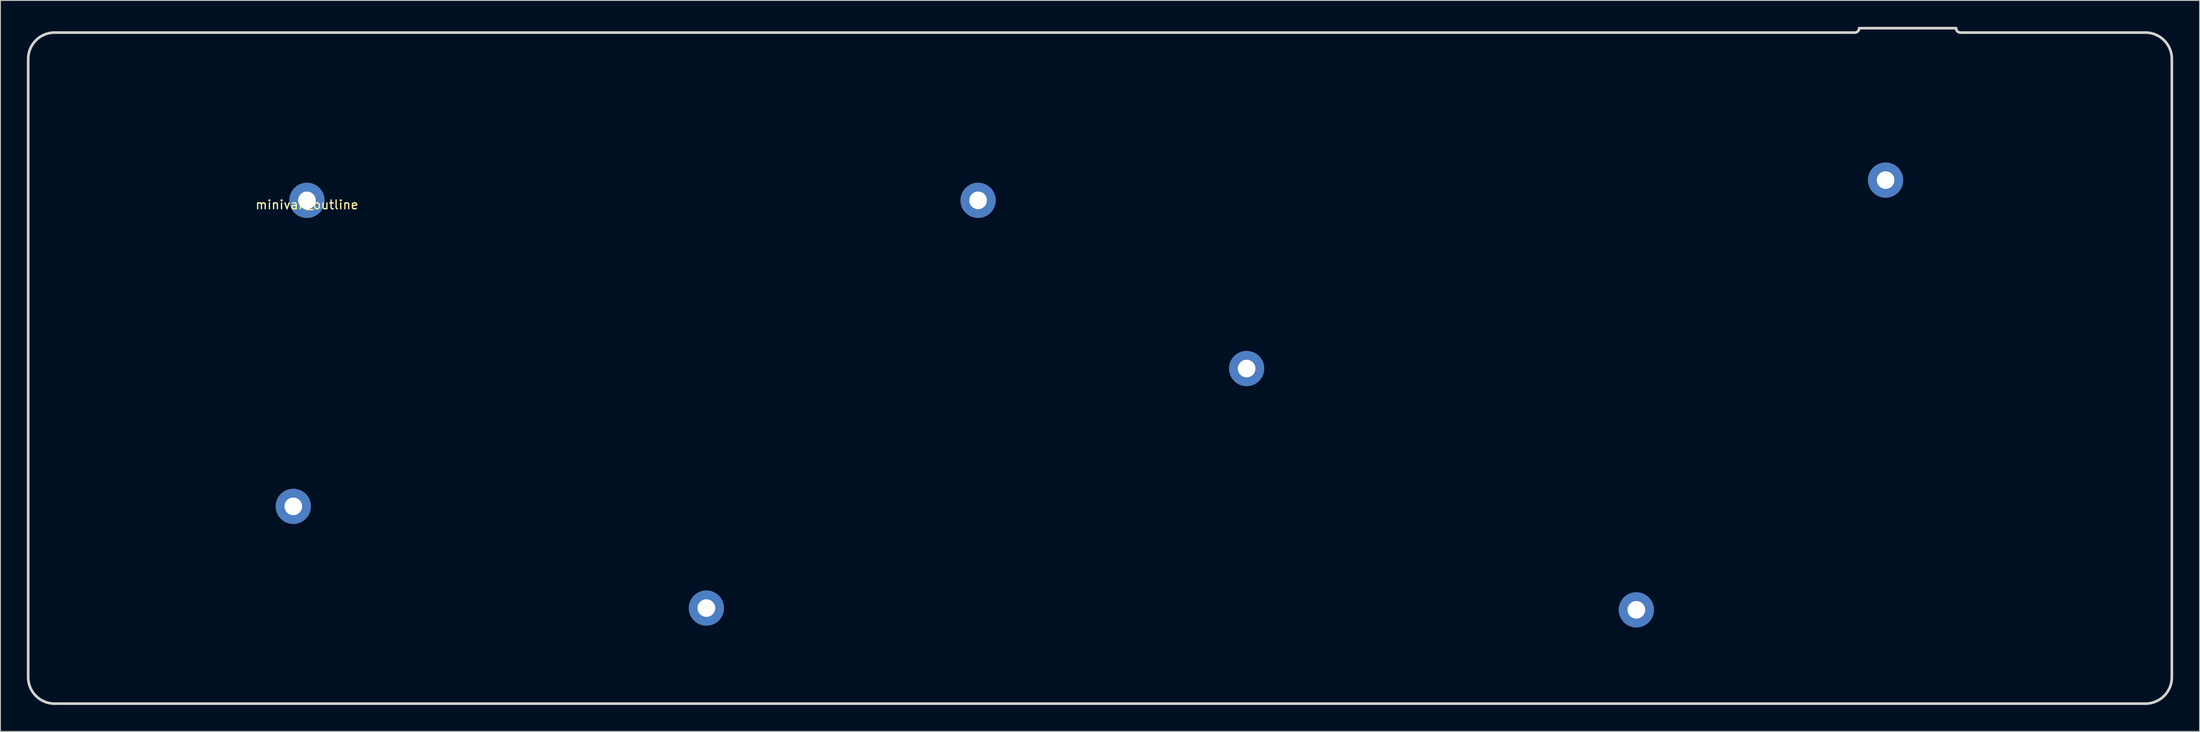
<source format=kicad_pcb>
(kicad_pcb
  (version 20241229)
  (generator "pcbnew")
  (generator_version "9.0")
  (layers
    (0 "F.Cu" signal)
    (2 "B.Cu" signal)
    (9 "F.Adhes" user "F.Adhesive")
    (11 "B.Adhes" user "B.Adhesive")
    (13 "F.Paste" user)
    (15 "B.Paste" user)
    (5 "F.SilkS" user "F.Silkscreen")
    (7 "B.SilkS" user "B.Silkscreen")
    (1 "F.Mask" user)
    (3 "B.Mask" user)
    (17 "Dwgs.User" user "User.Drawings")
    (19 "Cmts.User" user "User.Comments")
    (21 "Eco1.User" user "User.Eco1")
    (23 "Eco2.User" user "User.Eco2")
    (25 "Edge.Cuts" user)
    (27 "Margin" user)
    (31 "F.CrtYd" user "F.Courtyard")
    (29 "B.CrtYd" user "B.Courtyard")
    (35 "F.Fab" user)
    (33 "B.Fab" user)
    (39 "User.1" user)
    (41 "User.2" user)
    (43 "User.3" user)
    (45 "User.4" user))
  (footprint "minivan_outline"
    (layer "F.Cu")
    (at 31.8 19.7)
    (property "Reference" "minivan_outline" (at 0 0.5 0) (layer "F.SilkS") (effects (font (size 1 1) (thickness 0.15))))
    (attr through_hole)
    (fp_line (start -31.65 54.15) (end -31.65 -16.05) (stroke (width 0.3) (type solid)) (layer "Edge.Cuts"))
    (fp_line (start -28.65 57.15) (end 208.737 57.15) (stroke (width 0.3) (type solid)) (layer "Edge.Cuts"))
    (fp_line (start 175.737 -19.05) (end -28.65 -19.05) (stroke (width 0.3) (type solid)) (layer "Edge.Cuts"))
    (fp_line (start 176.237 -19.55) (end 187.237 -19.55) (stroke (width 0.3) (type solid)) (layer "Edge.Cuts"))
    (fp_line (start 208.737 -19.05) (end 187.737 -19.05) (stroke (width 0.3) (type solid)) (layer "Edge.Cuts"))
    (fp_line (start 211.737 -16.05) (end 211.737 54.15) (stroke (width 0.3) (type solid)) (layer "Edge.Cuts"))
    (fp_arc (start -31.65 -16.05) (mid -30.77132 -18.17132) (end -28.65 -19.05) (stroke (width 0.3) (type solid)) (layer "Edge.Cuts"))
    (fp_arc (start -28.65 57.149901) (mid -30.77132 56.271221) (end -31.65 54.149901) (stroke (width 0.3) (type solid)) (layer "Edge.Cuts"))
    (fp_arc (start 176.237293 -19.55) (mid 176.090846 -19.196447) (end 175.737293 -19.05) (stroke (width 0.3) (type solid)) (layer "Edge.Cuts"))
    (fp_arc (start 187.737293 -19.05) (mid 187.38374 -19.196447) (end 187.237293 -19.55) (stroke (width 0.3) (type solid)) (layer "Edge.Cuts"))
    (fp_arc (start 208.737293 -19.05) (mid 210.858613 -18.17132) (end 211.737293 -16.05) (stroke (width 0.3) (type solid)) (layer "Edge.Cuts"))
    (fp_arc (start 211.737293 54.149901) (mid 210.858613 56.271221) (end 208.737293 57.149901) (stroke (width 0.3) (type solid)) (layer "Edge.Cuts"))
    (pad "1" thru_hole circle (at -1.55 34.75) (size 4 4) (drill 2) (layers "*.Cu" "*.Mask"))
    (pad "1" thru_hole circle (at 0 0) (size 4 4) (drill 2) (layers "*.Cu" "*.Mask"))
    (pad "1" thru_hole circle (at 45.35 46.3) (size 4 4) (drill 2) (layers "*.Cu" "*.Mask"))
    (pad "1" thru_hole circle (at 76.2 0) (size 4 4) (drill 2) (layers "*.Cu" "*.Mask"))
    (pad "1" thru_hole circle (at 106.687 19.1) (size 4 4) (drill 2) (layers "*.Cu" "*.Mask"))
    (pad "1" thru_hole circle (at 150.937 46.5) (size 4 4) (drill 2) (layers "*.Cu" "*.Mask"))
    (pad "1" thru_hole circle (at 179.237 -2.3) (size 4 4) (drill 2) (layers "*.Cu" "*.Mask")))
  (gr_rect
    (start -3 -3)
    (end 246.687 80)
    (stroke (width 0.1) (type default))
    (fill no)
    (layer "Edge.Cuts")))
</source>
